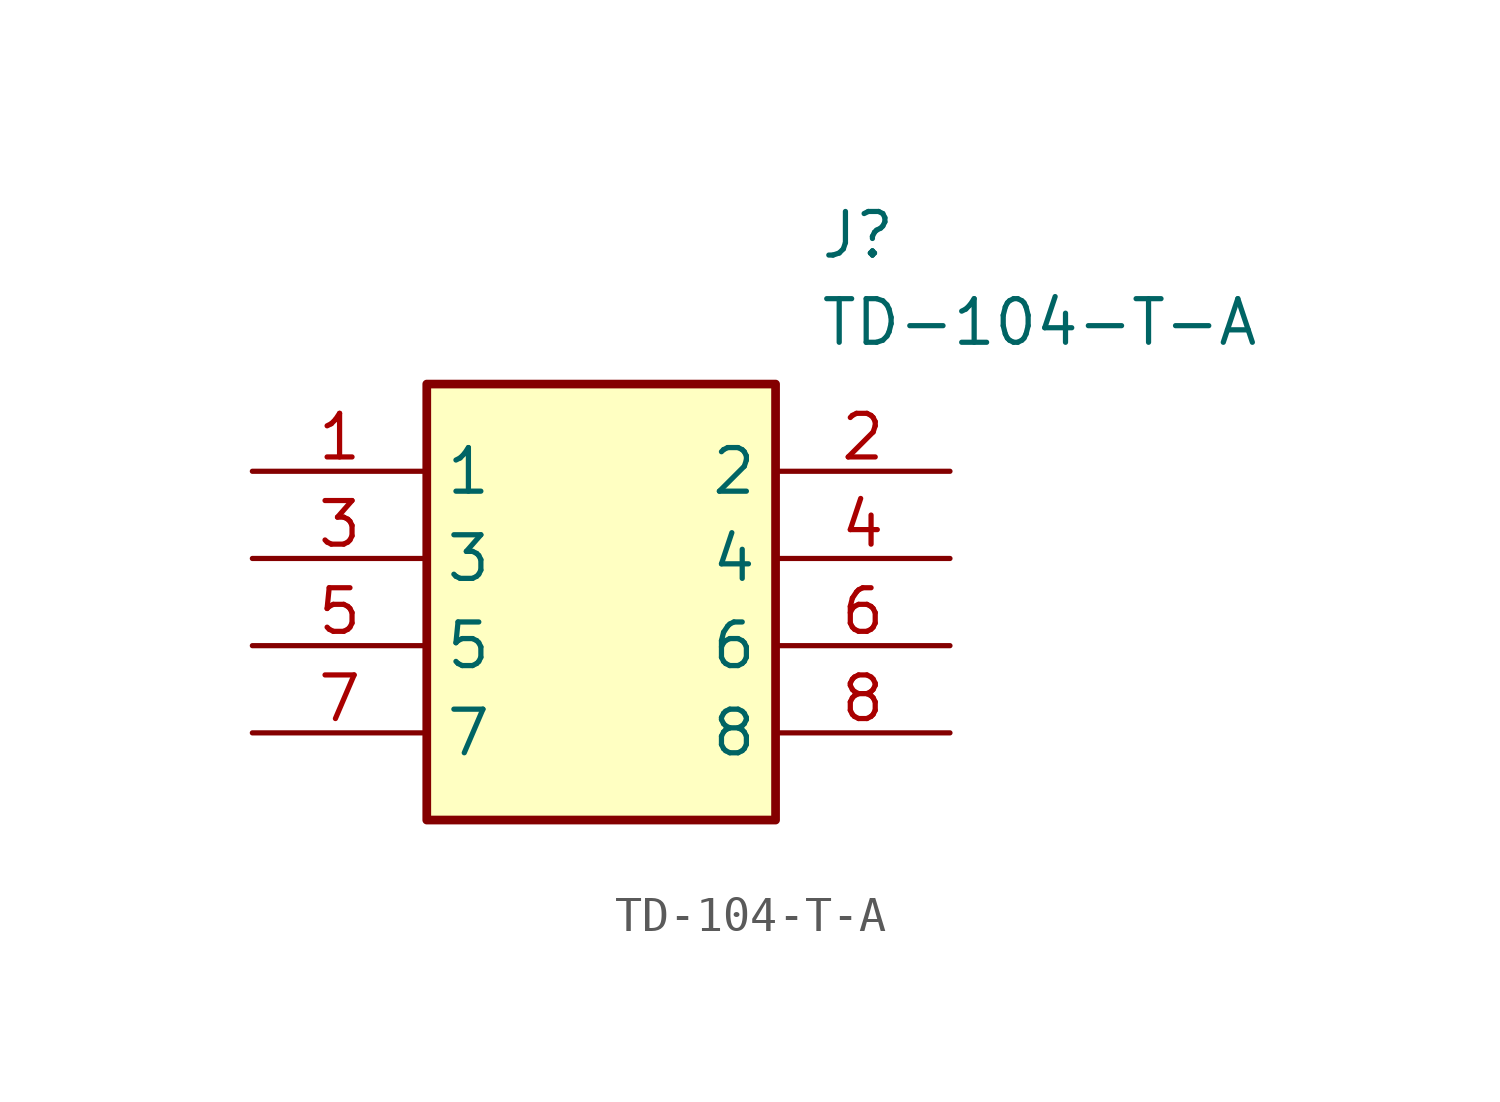
<source format=kicad_sym>
(kicad_symbol_lib
  (version 20211014)
  (generator SamacSys_ECAD_Model)
  (symbol "TD-104-T-A"
    (property "Reference" "J"
      (at 16.51 7.62 0)
      (effects (font (size 1.27 1.27)) (justify left top)))
    (property "Value" "TD-104-T-A"
      (at 16.51 5.08 0)
      (effects (font (size 1.27 1.27)) (justify left top)))
    (rectangle
      (start 5.08 2.54)
      (end 15.24 -10.16)
      (stroke (width 0.254) (type default))
      (fill (type background)))
    (pin passive line
      (at 0 0 0)
      (length 5.08)
      (name "1" (effects (font (size 1.27 1.27))))
      (number "1" (effects (font (size 1.27 1.27)))))
    (pin passive line
      (at 20.32 0 180)
      (length 5.08)
      (name "2" (effects (font (size 1.27 1.27))))
      (number "2" (effects (font (size 1.27 1.27)))))
    (pin passive line
      (at 0 -2.54 0)
      (length 5.08)
      (name "3" (effects (font (size 1.27 1.27))))
      (number "3" (effects (font (size 1.27 1.27)))))
    (pin passive line
      (at 20.32 -2.54 180)
      (length 5.08)
      (name "4" (effects (font (size 1.27 1.27))))
      (number "4" (effects (font (size 1.27 1.27)))))
    (pin passive line
      (at 0 -5.08 0)
      (length 5.08)
      (name "5" (effects (font (size 1.27 1.27))))
      (number "5" (effects (font (size 1.27 1.27)))))
    (pin passive line
      (at 20.32 -5.08 180)
      (length 5.08)
      (name "6" (effects (font (size 1.27 1.27))))
      (number "6" (effects (font (size 1.27 1.27)))))
    (pin passive line
      (at 0 -7.62 0)
      (length 5.08)
      (name "7" (effects (font (size 1.27 1.27))))
      (number "7" (effects (font (size 1.27 1.27)))))
    (pin passive line
      (at 20.32 -7.62 180)
      (length 5.08)
      (name "8" (effects (font (size 1.27 1.27))))
      (number "8" (effects (font (size 1.27 1.27)))))))
</source>
